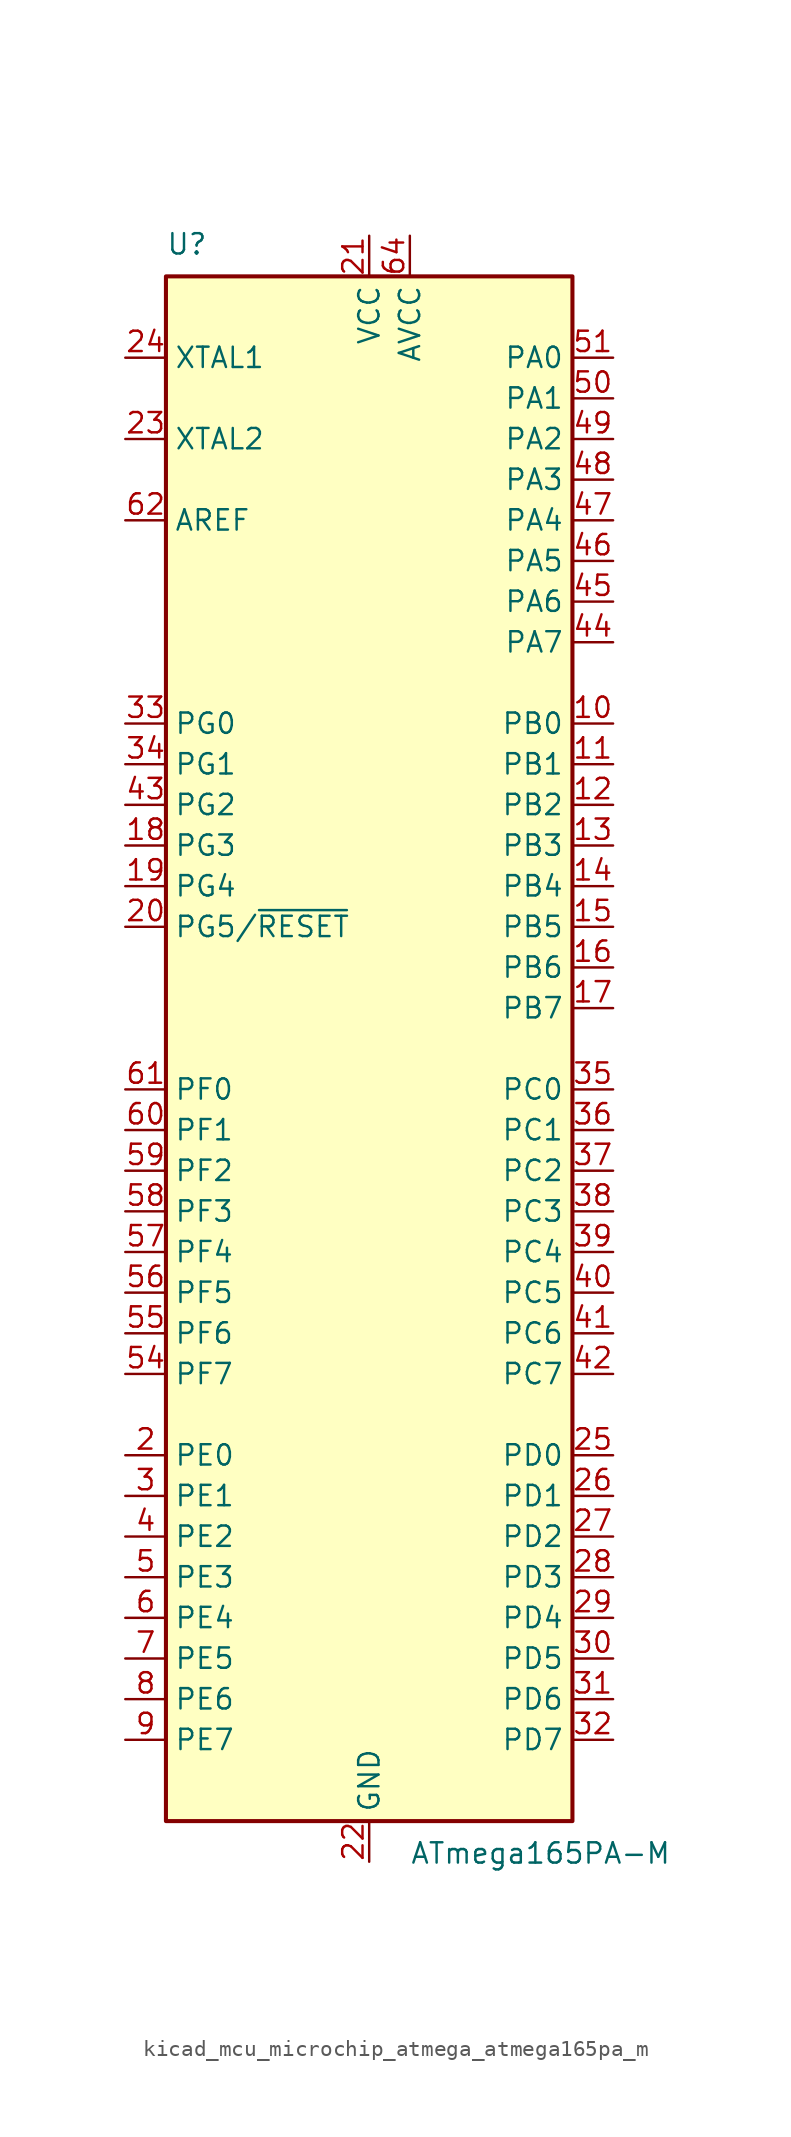
<source format=kicad_sym>
(kicad_symbol_lib
  (version 20220914)
  (generator kicad_symbol_editor)
  (symbol "kicad_mcu_microchip_atmega_atmega165pa_m"
    (property "Reference" "U"
      (at -12.7 49.53 0)
      (effects (font (size 1.27 1.27)) (justify left bottom)))
    (property "Value" "ATmega165PA-M"
      (at 2.54 -49.53 0)
      (effects (font (size 1.27 1.27)) (justify left top)))
    (symbol "kicad_mcu_microchip_atmega_atmega165pa_m_0_1"
      (rectangle (start -12.7 -48.26) (end 12.7 48.26) (stroke (width 0.254) (type default)) (fill (type background))))
    (symbol "kicad_mcu_microchip_atmega_atmega165pa_m_1_1"
      (pin no_connect line (at -12.7 -45.72 0) (length 2.54) hide (name "NC" (effects (font (size 1.27 1.27)))) (number "1" (effects (font (size 1.27 1.27)))))
      (pin bidirectional line (at 15.24 20.32 180) (length 2.54) (name "PB0" (effects (font (size 1.27 1.27)))) (number "10" (effects (font (size 1.27 1.27)))))
      (pin bidirectional line (at 15.24 17.78 180) (length 2.54) (name "PB1" (effects (font (size 1.27 1.27)))) (number "11" (effects (font (size 1.27 1.27)))))
      (pin bidirectional line (at 15.24 15.24 180) (length 2.54) (name "PB2" (effects (font (size 1.27 1.27)))) (number "12" (effects (font (size 1.27 1.27)))))
      (pin bidirectional line (at 15.24 12.7 180) (length 2.54) (name "PB3" (effects (font (size 1.27 1.27)))) (number "13" (effects (font (size 1.27 1.27)))))
      (pin bidirectional line (at 15.24 10.16 180) (length 2.54) (name "PB4" (effects (font (size 1.27 1.27)))) (number "14" (effects (font (size 1.27 1.27)))))
      (pin bidirectional line (at 15.24 7.62 180) (length 2.54) (name "PB5" (effects (font (size 1.27 1.27)))) (number "15" (effects (font (size 1.27 1.27)))))
      (pin bidirectional line (at 15.24 5.08 180) (length 2.54) (name "PB6" (effects (font (size 1.27 1.27)))) (number "16" (effects (font (size 1.27 1.27)))))
      (pin bidirectional line (at 15.24 2.54 180) (length 2.54) (name "PB7" (effects (font (size 1.27 1.27)))) (number "17" (effects (font (size 1.27 1.27)))))
      (pin bidirectional line (at -15.24 12.7 0) (length 2.54) (name "PG3" (effects (font (size 1.27 1.27)))) (number "18" (effects (font (size 1.27 1.27)))))
      (pin bidirectional line (at -15.24 10.16 0) (length 2.54) (name "PG4" (effects (font (size 1.27 1.27)))) (number "19" (effects (font (size 1.27 1.27)))))
      (pin bidirectional line (at -15.24 -25.4 0) (length 2.54) (name "PE0" (effects (font (size 1.27 1.27)))) (number "2" (effects (font (size 1.27 1.27)))))
      (pin bidirectional line (at -15.24 7.62 0) (length 2.54) (name "PG5/~{RESET}" (effects (font (size 1.27 1.27)))) (number "20" (effects (font (size 1.27 1.27)))))
      (pin power_in line (at 0 50.8 270) (length 2.54) (name "VCC" (effects (font (size 1.27 1.27)))) (number "21" (effects (font (size 1.27 1.27)))))
      (pin power_in line (at 0 -50.8 90) (length 2.54) (name "GND" (effects (font (size 1.27 1.27)))) (number "22" (effects (font (size 1.27 1.27)))))
      (pin output line (at -15.24 38.1 0) (length 2.54) (name "XTAL2" (effects (font (size 1.27 1.27)))) (number "23" (effects (font (size 1.27 1.27)))))
      (pin input line (at -15.24 43.18 0) (length 2.54) (name "XTAL1" (effects (font (size 1.27 1.27)))) (number "24" (effects (font (size 1.27 1.27)))))
      (pin bidirectional line (at 15.24 -25.4 180) (length 2.54) (name "PD0" (effects (font (size 1.27 1.27)))) (number "25" (effects (font (size 1.27 1.27)))))
      (pin bidirectional line (at 15.24 -27.94 180) (length 2.54) (name "PD1" (effects (font (size 1.27 1.27)))) (number "26" (effects (font (size 1.27 1.27)))))
      (pin bidirectional line (at 15.24 -30.48 180) (length 2.54) (name "PD2" (effects (font (size 1.27 1.27)))) (number "27" (effects (font (size 1.27 1.27)))))
      (pin bidirectional line (at 15.24 -33.02 180) (length 2.54) (name "PD3" (effects (font (size 1.27 1.27)))) (number "28" (effects (font (size 1.27 1.27)))))
      (pin bidirectional line (at 15.24 -35.56 180) (length 2.54) (name "PD4" (effects (font (size 1.27 1.27)))) (number "29" (effects (font (size 1.27 1.27)))))
      (pin bidirectional line (at -15.24 -27.94 0) (length 2.54) (name "PE1" (effects (font (size 1.27 1.27)))) (number "3" (effects (font (size 1.27 1.27)))))
      (pin bidirectional line (at 15.24 -38.1 180) (length 2.54) (name "PD5" (effects (font (size 1.27 1.27)))) (number "30" (effects (font (size 1.27 1.27)))))
      (pin bidirectional line (at 15.24 -40.64 180) (length 2.54) (name "PD6" (effects (font (size 1.27 1.27)))) (number "31" (effects (font (size 1.27 1.27)))))
      (pin bidirectional line (at 15.24 -43.18 180) (length 2.54) (name "PD7" (effects (font (size 1.27 1.27)))) (number "32" (effects (font (size 1.27 1.27)))))
      (pin bidirectional line (at -15.24 20.32 0) (length 2.54) (name "PG0" (effects (font (size 1.27 1.27)))) (number "33" (effects (font (size 1.27 1.27)))))
      (pin bidirectional line (at -15.24 17.78 0) (length 2.54) (name "PG1" (effects (font (size 1.27 1.27)))) (number "34" (effects (font (size 1.27 1.27)))))
      (pin bidirectional line (at 15.24 -2.54 180) (length 2.54) (name "PC0" (effects (font (size 1.27 1.27)))) (number "35" (effects (font (size 1.27 1.27)))))
      (pin bidirectional line (at 15.24 -5.08 180) (length 2.54) (name "PC1" (effects (font (size 1.27 1.27)))) (number "36" (effects (font (size 1.27 1.27)))))
      (pin bidirectional line (at 15.24 -7.62 180) (length 2.54) (name "PC2" (effects (font (size 1.27 1.27)))) (number "37" (effects (font (size 1.27 1.27)))))
      (pin bidirectional line (at 15.24 -10.16 180) (length 2.54) (name "PC3" (effects (font (size 1.27 1.27)))) (number "38" (effects (font (size 1.27 1.27)))))
      (pin bidirectional line (at 15.24 -12.7 180) (length 2.54) (name "PC4" (effects (font (size 1.27 1.27)))) (number "39" (effects (font (size 1.27 1.27)))))
      (pin bidirectional line (at -15.24 -30.48 0) (length 2.54) (name "PE2" (effects (font (size 1.27 1.27)))) (number "4" (effects (font (size 1.27 1.27)))))
      (pin bidirectional line (at 15.24 -15.24 180) (length 2.54) (name "PC5" (effects (font (size 1.27 1.27)))) (number "40" (effects (font (size 1.27 1.27)))))
      (pin bidirectional line (at 15.24 -17.78 180) (length 2.54) (name "PC6" (effects (font (size 1.27 1.27)))) (number "41" (effects (font (size 1.27 1.27)))))
      (pin bidirectional line (at 15.24 -20.32 180) (length 2.54) (name "PC7" (effects (font (size 1.27 1.27)))) (number "42" (effects (font (size 1.27 1.27)))))
      (pin bidirectional line (at -15.24 15.24 0) (length 2.54) (name "PG2" (effects (font (size 1.27 1.27)))) (number "43" (effects (font (size 1.27 1.27)))))
      (pin bidirectional line (at 15.24 25.4 180) (length 2.54) (name "PA7" (effects (font (size 1.27 1.27)))) (number "44" (effects (font (size 1.27 1.27)))))
      (pin bidirectional line (at 15.24 27.94 180) (length 2.54) (name "PA6" (effects (font (size 1.27 1.27)))) (number "45" (effects (font (size 1.27 1.27)))))
      (pin bidirectional line (at 15.24 30.48 180) (length 2.54) (name "PA5" (effects (font (size 1.27 1.27)))) (number "46" (effects (font (size 1.27 1.27)))))
      (pin bidirectional line (at 15.24 33.02 180) (length 2.54) (name "PA4" (effects (font (size 1.27 1.27)))) (number "47" (effects (font (size 1.27 1.27)))))
      (pin bidirectional line (at 15.24 35.56 180) (length 2.54) (name "PA3" (effects (font (size 1.27 1.27)))) (number "48" (effects (font (size 1.27 1.27)))))
      (pin bidirectional line (at 15.24 38.1 180) (length 2.54) (name "PA2" (effects (font (size 1.27 1.27)))) (number "49" (effects (font (size 1.27 1.27)))))
      (pin bidirectional line (at -15.24 -33.02 0) (length 2.54) (name "PE3" (effects (font (size 1.27 1.27)))) (number "5" (effects (font (size 1.27 1.27)))))
      (pin bidirectional line (at 15.24 40.64 180) (length 2.54) (name "PA1" (effects (font (size 1.27 1.27)))) (number "50" (effects (font (size 1.27 1.27)))))
      (pin bidirectional line (at 15.24 43.18 180) (length 2.54) (name "PA0" (effects (font (size 1.27 1.27)))) (number "51" (effects (font (size 1.27 1.27)))))
      (pin passive line (at 0 50.8 270) (length 2.54) hide (name "VCC" (effects (font (size 1.27 1.27)))) (number "52" (effects (font (size 1.27 1.27)))))
      (pin passive line (at 0 -50.8 90) (length 2.54) hide (name "GND" (effects (font (size 1.27 1.27)))) (number "53" (effects (font (size 1.27 1.27)))))
      (pin bidirectional line (at -15.24 -20.32 0) (length 2.54) (name "PF7" (effects (font (size 1.27 1.27)))) (number "54" (effects (font (size 1.27 1.27)))))
      (pin bidirectional line (at -15.24 -17.78 0) (length 2.54) (name "PF6" (effects (font (size 1.27 1.27)))) (number "55" (effects (font (size 1.27 1.27)))))
      (pin bidirectional line (at -15.24 -15.24 0) (length 2.54) (name "PF5" (effects (font (size 1.27 1.27)))) (number "56" (effects (font (size 1.27 1.27)))))
      (pin bidirectional line (at -15.24 -12.7 0) (length 2.54) (name "PF4" (effects (font (size 1.27 1.27)))) (number "57" (effects (font (size 1.27 1.27)))))
      (pin bidirectional line (at -15.24 -10.16 0) (length 2.54) (name "PF3" (effects (font (size 1.27 1.27)))) (number "58" (effects (font (size 1.27 1.27)))))
      (pin bidirectional line (at -15.24 -7.62 0) (length 2.54) (name "PF2" (effects (font (size 1.27 1.27)))) (number "59" (effects (font (size 1.27 1.27)))))
      (pin bidirectional line (at -15.24 -35.56 0) (length 2.54) (name "PE4" (effects (font (size 1.27 1.27)))) (number "6" (effects (font (size 1.27 1.27)))))
      (pin bidirectional line (at -15.24 -5.08 0) (length 2.54) (name "PF1" (effects (font (size 1.27 1.27)))) (number "60" (effects (font (size 1.27 1.27)))))
      (pin bidirectional line (at -15.24 -2.54 0) (length 2.54) (name "PF0" (effects (font (size 1.27 1.27)))) (number "61" (effects (font (size 1.27 1.27)))))
      (pin passive line (at -15.24 33.02 0) (length 2.54) (name "AREF" (effects (font (size 1.27 1.27)))) (number "62" (effects (font (size 1.27 1.27)))))
      (pin passive line (at 0 -50.8 90) (length 2.54) hide (name "GND" (effects (font (size 1.27 1.27)))) (number "63" (effects (font (size 1.27 1.27)))))
      (pin power_in line (at 2.54 50.8 270) (length 2.54) (name "AVCC" (effects (font (size 1.27 1.27)))) (number "64" (effects (font (size 1.27 1.27)))))
      (pin passive line (at 0 -50.8 90) (length 2.54) hide (name "GND" (effects (font (size 1.27 1.27)))) (number "65" (effects (font (size 1.27 1.27)))))
      (pin bidirectional line (at -15.24 -38.1 0) (length 2.54) (name "PE5" (effects (font (size 1.27 1.27)))) (number "7" (effects (font (size 1.27 1.27)))))
      (pin bidirectional line (at -15.24 -40.64 0) (length 2.54) (name "PE6" (effects (font (size 1.27 1.27)))) (number "8" (effects (font (size 1.27 1.27)))))
      (pin bidirectional line (at -15.24 -43.18 0) (length 2.54) (name "PE7" (effects (font (size 1.27 1.27)))) (number "9" (effects (font (size 1.27 1.27))))))))
</source>
